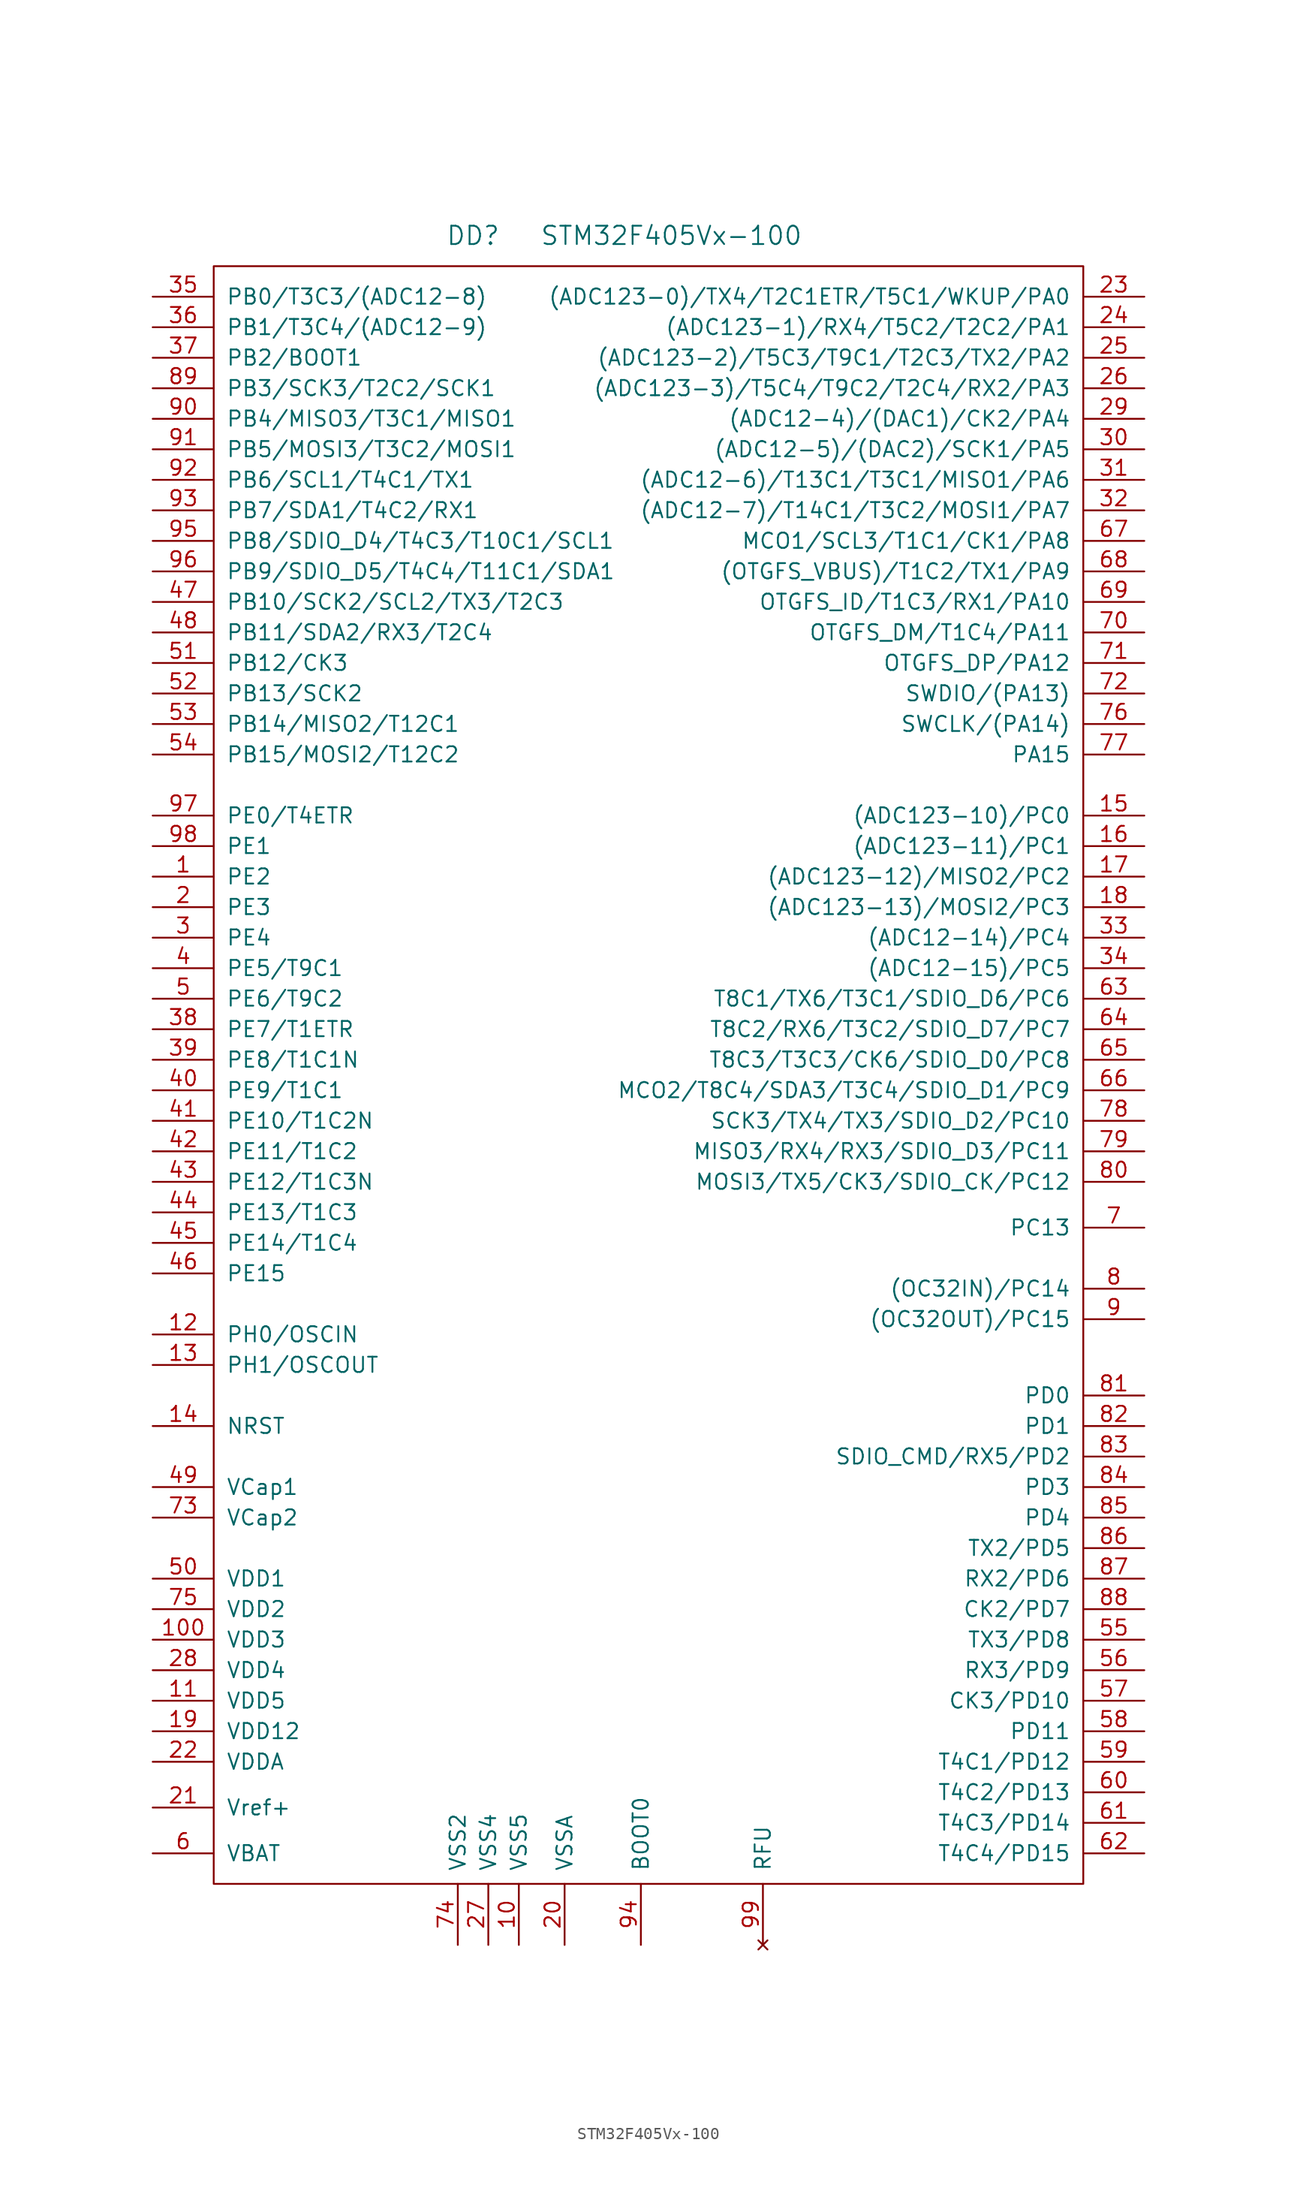
<source format=kicad_sym>
(kicad_symbol_lib
  (version 20201005)
  (generator kicad_symbol_editor)
  (symbol "st_kl:STM32F405Vx-100"
    (pin_names
      (offset 1.016))
    (property "Reference" "DD"
      (at -15.24 66.04 0)
      (effects (font (size 1.524 1.524))))
    (property "Value" "STM32F405Vx-100"
      (at 1.27 66.04 0)
      (effects (font (size 1.524 1.524))))
    (property "Footprint" ""
      (at 0 0 0)
      (effects (font (size 1.524 1.524))))
    (property "Datasheet" ""
      (at 0 0 0)
      (effects (font (size 1.524 1.524))))
    (symbol "STM32F405Vx-100_0_1"
      (rectangle (start -36.83 63.5) (end 35.56 -71.12) (stroke (width 0)) (fill (type none))))
    (symbol "STM32F405Vx-100_1_1"
      (pin passive line (at -41.91 12.7 0) (length 5.08) (name "PE2" (effects (font (size 1.27 1.27)))) (number "1" (effects (font (size 1.27 1.27)))))
      (pin power_in line (at -11.43 -76.2 90) (length 5.08) (name "VSS5" (effects (font (size 1.27 1.27)))) (number "10" (effects (font (size 1.27 1.27)))))
      (pin power_in line (at -41.91 -50.8 0) (length 5.08) (name "VDD3" (effects (font (size 1.27 1.27)))) (number "100" (effects (font (size 1.27 1.27)))))
      (pin power_in line (at -41.91 -55.88 0) (length 5.08) (name "VDD5" (effects (font (size 1.27 1.27)))) (number "11" (effects (font (size 1.27 1.27)))))
      (pin passive line (at -41.91 -25.4 0) (length 5.08) (name "PH0/OSCIN" (effects (font (size 1.27 1.27)))) (number "12" (effects (font (size 1.27 1.27)))))
      (pin passive line (at -41.91 -27.94 0) (length 5.08) (name "PH1/OSCOUT" (effects (font (size 1.27 1.27)))) (number "13" (effects (font (size 1.27 1.27)))))
      (pin passive line (at -41.91 -33.02 0) (length 5.08) (name "NRST" (effects (font (size 1.27 1.27)))) (number "14" (effects (font (size 1.27 1.27)))))
      (pin passive line (at 40.64 17.78 180) (length 5.08) (name "(ADC123-10)/PC0" (effects (font (size 1.27 1.27)))) (number "15" (effects (font (size 1.27 1.27)))))
      (pin passive line (at 40.64 15.24 180) (length 5.08) (name "(ADC123-11)/PC1" (effects (font (size 1.27 1.27)))) (number "16" (effects (font (size 1.27 1.27)))))
      (pin passive line (at 40.64 12.7 180) (length 5.08) (name "(ADC123-12)/MISO2/PC2" (effects (font (size 1.27 1.27)))) (number "17" (effects (font (size 1.27 1.27)))))
      (pin passive line (at 40.64 10.16 180) (length 5.08) (name "(ADC123-13)/MOSI2/PC3" (effects (font (size 1.27 1.27)))) (number "18" (effects (font (size 1.27 1.27)))))
      (pin power_in line (at -41.91 -58.42 0) (length 5.08) (name "VDD12" (effects (font (size 1.27 1.27)))) (number "19" (effects (font (size 1.27 1.27)))))
      (pin passive line (at -41.91 10.16 0) (length 5.08) (name "PE3" (effects (font (size 1.27 1.27)))) (number "2" (effects (font (size 1.27 1.27)))))
      (pin power_in line (at -7.62 -76.2 90) (length 5.08) (name "VSSA" (effects (font (size 1.27 1.27)))) (number "20" (effects (font (size 1.27 1.27)))))
      (pin passive line (at -41.91 -64.77 0) (length 5.08) (name "Vref+" (effects (font (size 1.27 1.27)))) (number "21" (effects (font (size 1.27 1.27)))))
      (pin power_in line (at -41.91 -60.96 0) (length 5.08) (name "VDDA" (effects (font (size 1.27 1.27)))) (number "22" (effects (font (size 1.27 1.27)))))
      (pin passive line (at 40.64 60.96 180) (length 5.08) (name "(ADC123-0)/TX4/T2C1ETR/T5C1/WKUP/PA0" (effects (font (size 1.27 1.27)))) (number "23" (effects (font (size 1.27 1.27)))))
      (pin passive line (at 40.64 58.42 180) (length 5.08) (name "(ADC123-1)/RX4/T5C2/T2C2/PA1" (effects (font (size 1.27 1.27)))) (number "24" (effects (font (size 1.27 1.27)))))
      (pin passive line (at 40.64 55.88 180) (length 5.08) (name "(ADC123-2)/T5C3/T9C1/T2C3/TX2/PA2" (effects (font (size 1.27 1.27)))) (number "25" (effects (font (size 1.27 1.27)))))
      (pin passive line (at 40.64 53.34 180) (length 5.08) (name "(ADC123-3)/T5C4/T9C2/T2C4/RX2/PA3" (effects (font (size 1.27 1.27)))) (number "26" (effects (font (size 1.27 1.27)))))
      (pin power_in line (at -13.97 -76.2 90) (length 5.08) (name "VSS4" (effects (font (size 1.27 1.27)))) (number "27" (effects (font (size 1.27 1.27)))))
      (pin power_in line (at -41.91 -53.34 0) (length 5.08) (name "VDD4" (effects (font (size 1.27 1.27)))) (number "28" (effects (font (size 1.27 1.27)))))
      (pin passive line (at 40.64 50.8 180) (length 5.08) (name "(ADC12-4)/(DAC1)/CK2/PA4" (effects (font (size 1.27 1.27)))) (number "29" (effects (font (size 1.27 1.27)))))
      (pin passive line (at -41.91 7.62 0) (length 5.08) (name "PE4" (effects (font (size 1.27 1.27)))) (number "3" (effects (font (size 1.27 1.27)))))
      (pin passive line (at 40.64 48.26 180) (length 5.08) (name "(ADC12-5)/(DAC2)/SCK1/PA5" (effects (font (size 1.27 1.27)))) (number "30" (effects (font (size 1.27 1.27)))))
      (pin passive line (at 40.64 45.72 180) (length 5.08) (name "(ADC12-6)/T13C1/T3C1/MISO1/PA6" (effects (font (size 1.27 1.27)))) (number "31" (effects (font (size 1.27 1.27)))))
      (pin passive line (at 40.64 43.18 180) (length 5.08) (name "(ADC12-7)/T14C1/T3C2/MOSI1/PA7" (effects (font (size 1.27 1.27)))) (number "32" (effects (font (size 1.27 1.27)))))
      (pin passive line (at 40.64 7.62 180) (length 5.08) (name "(ADC12-14)/PC4" (effects (font (size 1.27 1.27)))) (number "33" (effects (font (size 1.27 1.27)))))
      (pin passive line (at 40.64 5.08 180) (length 5.08) (name "(ADC12-15)/PC5" (effects (font (size 1.27 1.27)))) (number "34" (effects (font (size 1.27 1.27)))))
      (pin passive line (at -41.91 60.96 0) (length 5.08) (name "PB0/T3C3/(ADC12-8)" (effects (font (size 1.27 1.27)))) (number "35" (effects (font (size 1.27 1.27)))))
      (pin passive line (at -41.91 58.42 0) (length 5.08) (name "PB1/T3C4/(ADC12-9)" (effects (font (size 1.27 1.27)))) (number "36" (effects (font (size 1.27 1.27)))))
      (pin passive line (at -41.91 55.88 0) (length 5.08) (name "PB2/BOOT1" (effects (font (size 1.27 1.27)))) (number "37" (effects (font (size 1.27 1.27)))))
      (pin passive line (at -41.91 0 0) (length 5.08) (name "PE7/T1ETR" (effects (font (size 1.27 1.27)))) (number "38" (effects (font (size 1.27 1.27)))))
      (pin passive line (at -41.91 -2.54 0) (length 5.08) (name "PE8/T1C1N" (effects (font (size 1.27 1.27)))) (number "39" (effects (font (size 1.27 1.27)))))
      (pin passive line (at -41.91 5.08 0) (length 5.08) (name "PE5/T9C1" (effects (font (size 1.27 1.27)))) (number "4" (effects (font (size 1.27 1.27)))))
      (pin passive line (at -41.91 -5.08 0) (length 5.08) (name "PE9/T1C1" (effects (font (size 1.27 1.27)))) (number "40" (effects (font (size 1.27 1.27)))))
      (pin passive line (at -41.91 -7.62 0) (length 5.08) (name "PE10/T1C2N" (effects (font (size 1.27 1.27)))) (number "41" (effects (font (size 1.27 1.27)))))
      (pin passive line (at -41.91 -10.16 0) (length 5.08) (name "PE11/T1C2" (effects (font (size 1.27 1.27)))) (number "42" (effects (font (size 1.27 1.27)))))
      (pin passive line (at -41.91 -12.7 0) (length 5.08) (name "PE12/T1C3N" (effects (font (size 1.27 1.27)))) (number "43" (effects (font (size 1.27 1.27)))))
      (pin passive line (at -41.91 -15.24 0) (length 5.08) (name "PE13/T1C3" (effects (font (size 1.27 1.27)))) (number "44" (effects (font (size 1.27 1.27)))))
      (pin passive line (at -41.91 -17.78 0) (length 5.08) (name "PE14/T1C4" (effects (font (size 1.27 1.27)))) (number "45" (effects (font (size 1.27 1.27)))))
      (pin passive line (at -41.91 -20.32 0) (length 5.08) (name "PE15" (effects (font (size 1.27 1.27)))) (number "46" (effects (font (size 1.27 1.27)))))
      (pin passive line (at -41.91 35.56 0) (length 5.08) (name "PB10/SCK2/SCL2/TX3/T2C3" (effects (font (size 1.27 1.27)))) (number "47" (effects (font (size 1.27 1.27)))))
      (pin passive line (at -41.91 33.02 0) (length 5.08) (name "PB11/SDA2/RX3/T2C4" (effects (font (size 1.27 1.27)))) (number "48" (effects (font (size 1.27 1.27)))))
      (pin passive line (at -41.91 -38.1 0) (length 5.08) (name "VCap1" (effects (font (size 1.27 1.27)))) (number "49" (effects (font (size 1.27 1.27)))))
      (pin passive line (at -41.91 2.54 0) (length 5.08) (name "PE6/T9C2" (effects (font (size 1.27 1.27)))) (number "5" (effects (font (size 1.27 1.27)))))
      (pin power_in line (at -41.91 -45.72 0) (length 5.08) (name "VDD1" (effects (font (size 1.27 1.27)))) (number "50" (effects (font (size 1.27 1.27)))))
      (pin passive line (at -41.91 30.48 0) (length 5.08) (name "PB12/CK3" (effects (font (size 1.27 1.27)))) (number "51" (effects (font (size 1.27 1.27)))))
      (pin passive line (at -41.91 27.94 0) (length 5.08) (name "PB13/SCK2" (effects (font (size 1.27 1.27)))) (number "52" (effects (font (size 1.27 1.27)))))
      (pin passive line (at -41.91 25.4 0) (length 5.08) (name "PB14/MISO2/T12C1" (effects (font (size 1.27 1.27)))) (number "53" (effects (font (size 1.27 1.27)))))
      (pin passive line (at -41.91 22.86 0) (length 5.08) (name "PB15/MOSI2/T12C2" (effects (font (size 1.27 1.27)))) (number "54" (effects (font (size 1.27 1.27)))))
      (pin passive line (at 40.64 -50.8 180) (length 5.08) (name "TX3/PD8" (effects (font (size 1.27 1.27)))) (number "55" (effects (font (size 1.27 1.27)))))
      (pin passive line (at 40.64 -53.34 180) (length 5.08) (name "RX3/PD9" (effects (font (size 1.27 1.27)))) (number "56" (effects (font (size 1.27 1.27)))))
      (pin passive line (at 40.64 -55.88 180) (length 5.08) (name "CK3/PD10" (effects (font (size 1.27 1.27)))) (number "57" (effects (font (size 1.27 1.27)))))
      (pin passive line (at 40.64 -58.42 180) (length 5.08) (name "PD11" (effects (font (size 1.27 1.27)))) (number "58" (effects (font (size 1.27 1.27)))))
      (pin passive line (at 40.64 -60.96 180) (length 5.08) (name "T4C1/PD12" (effects (font (size 1.27 1.27)))) (number "59" (effects (font (size 1.27 1.27)))))
      (pin power_in line (at -41.91 -68.58 0) (length 5.08) (name "VBAT" (effects (font (size 1.27 1.27)))) (number "6" (effects (font (size 1.27 1.27)))))
      (pin passive line (at 40.64 -63.5 180) (length 5.08) (name "T4C2/PD13" (effects (font (size 1.27 1.27)))) (number "60" (effects (font (size 1.27 1.27)))))
      (pin passive line (at 40.64 -66.04 180) (length 5.08) (name "T4C3/PD14" (effects (font (size 1.27 1.27)))) (number "61" (effects (font (size 1.27 1.27)))))
      (pin passive line (at 40.64 -68.58 180) (length 5.08) (name "T4C4/PD15" (effects (font (size 1.27 1.27)))) (number "62" (effects (font (size 1.27 1.27)))))
      (pin passive line (at 40.64 2.54 180) (length 5.08) (name "T8C1/TX6/T3C1/SDIO_D6/PC6" (effects (font (size 1.27 1.27)))) (number "63" (effects (font (size 1.27 1.27)))))
      (pin passive line (at 40.64 0 180) (length 5.08) (name "T8C2/RX6/T3C2/SDIO_D7/PC7" (effects (font (size 1.27 1.27)))) (number "64" (effects (font (size 1.27 1.27)))))
      (pin passive line (at 40.64 -2.54 180) (length 5.08) (name "T8C3/T3C3/CK6/SDIO_D0/PC8" (effects (font (size 1.27 1.27)))) (number "65" (effects (font (size 1.27 1.27)))))
      (pin passive line (at 40.64 -5.08 180) (length 5.08) (name "MCO2/T8C4/SDA3/T3C4/SDIO_D1/PC9" (effects (font (size 1.27 1.27)))) (number "66" (effects (font (size 1.27 1.27)))))
      (pin passive line (at 40.64 40.64 180) (length 5.08) (name "MCO1/SCL3/T1C1/CK1/PA8" (effects (font (size 1.27 1.27)))) (number "67" (effects (font (size 1.27 1.27)))))
      (pin passive line (at 40.64 38.1 180) (length 5.08) (name "(OTGFS_VBUS)/T1C2/TX1/PA9" (effects (font (size 1.27 1.27)))) (number "68" (effects (font (size 1.27 1.27)))))
      (pin passive line (at 40.64 35.56 180) (length 5.08) (name "OTGFS_ID/T1C3/RX1/PA10" (effects (font (size 1.27 1.27)))) (number "69" (effects (font (size 1.27 1.27)))))
      (pin passive line (at 40.64 -16.51 180) (length 5.08) (name "PC13" (effects (font (size 1.27 1.27)))) (number "7" (effects (font (size 1.27 1.27)))))
      (pin passive line (at 40.64 33.02 180) (length 5.08) (name "OTGFS_DM/T1C4/PA11" (effects (font (size 1.27 1.27)))) (number "70" (effects (font (size 1.27 1.27)))))
      (pin passive line (at 40.64 30.48 180) (length 5.08) (name "OTGFS_DP/PA12" (effects (font (size 1.27 1.27)))) (number "71" (effects (font (size 1.27 1.27)))))
      (pin passive line (at 40.64 27.94 180) (length 5.08) (name "SWDIO/(PA13)" (effects (font (size 1.27 1.27)))) (number "72" (effects (font (size 1.27 1.27)))))
      (pin passive line (at -41.91 -40.64 0) (length 5.08) (name "VCap2" (effects (font (size 1.27 1.27)))) (number "73" (effects (font (size 1.27 1.27)))))
      (pin power_in line (at -16.51 -76.2 90) (length 5.08) (name "VSS2" (effects (font (size 1.27 1.27)))) (number "74" (effects (font (size 1.27 1.27)))))
      (pin power_in line (at -41.91 -48.26 0) (length 5.08) (name "VDD2" (effects (font (size 1.27 1.27)))) (number "75" (effects (font (size 1.27 1.27)))))
      (pin passive line (at 40.64 25.4 180) (length 5.08) (name "SWCLK/(PA14)" (effects (font (size 1.27 1.27)))) (number "76" (effects (font (size 1.27 1.27)))))
      (pin passive line (at 40.64 22.86 180) (length 5.08) (name "PA15" (effects (font (size 1.27 1.27)))) (number "77" (effects (font (size 1.27 1.27)))))
      (pin passive line (at 40.64 -7.62 180) (length 5.08) (name "SCK3/TX4/TX3/SDIO_D2/PC10" (effects (font (size 1.27 1.27)))) (number "78" (effects (font (size 1.27 1.27)))))
      (pin passive line (at 40.64 -10.16 180) (length 5.08) (name "MISO3/RX4/RX3/SDIO_D3/PC11" (effects (font (size 1.27 1.27)))) (number "79" (effects (font (size 1.27 1.27)))))
      (pin passive line (at 40.64 -21.59 180) (length 5.08) (name "(OC32IN)/PC14" (effects (font (size 1.27 1.27)))) (number "8" (effects (font (size 1.27 1.27)))))
      (pin passive line (at 40.64 -12.7 180) (length 5.08) (name "MOSI3/TX5/CK3/SDIO_CK/PC12" (effects (font (size 1.27 1.27)))) (number "80" (effects (font (size 1.27 1.27)))))
      (pin passive line (at 40.64 -30.48 180) (length 5.08) (name "PD0" (effects (font (size 1.27 1.27)))) (number "81" (effects (font (size 1.27 1.27)))))
      (pin passive line (at 40.64 -33.02 180) (length 5.08) (name "PD1" (effects (font (size 1.27 1.27)))) (number "82" (effects (font (size 1.27 1.27)))))
      (pin passive line (at 40.64 -35.56 180) (length 5.08) (name "SDIO_CMD/RX5/PD2" (effects (font (size 1.27 1.27)))) (number "83" (effects (font (size 1.27 1.27)))))
      (pin passive line (at 40.64 -38.1 180) (length 5.08) (name "PD3" (effects (font (size 1.27 1.27)))) (number "84" (effects (font (size 1.27 1.27)))))
      (pin passive line (at 40.64 -40.64 180) (length 5.08) (name "PD4" (effects (font (size 1.27 1.27)))) (number "85" (effects (font (size 1.27 1.27)))))
      (pin passive line (at 40.64 -43.18 180) (length 5.08) (name "TX2/PD5" (effects (font (size 1.27 1.27)))) (number "86" (effects (font (size 1.27 1.27)))))
      (pin passive line (at 40.64 -45.72 180) (length 5.08) (name "RX2/PD6" (effects (font (size 1.27 1.27)))) (number "87" (effects (font (size 1.27 1.27)))))
      (pin passive line (at 40.64 -48.26 180) (length 5.08) (name "CK2/PD7" (effects (font (size 1.27 1.27)))) (number "88" (effects (font (size 1.27 1.27)))))
      (pin passive line (at -41.91 53.34 0) (length 5.08) (name "PB3/SCK3/T2C2/SCK1" (effects (font (size 1.27 1.27)))) (number "89" (effects (font (size 1.27 1.27)))))
      (pin passive line (at 40.64 -24.13 180) (length 5.08) (name "(OC32OUT)/PC15" (effects (font (size 1.27 1.27)))) (number "9" (effects (font (size 1.27 1.27)))))
      (pin passive line (at -41.91 50.8 0) (length 5.08) (name "PB4/MISO3/T3C1/MISO1" (effects (font (size 1.27 1.27)))) (number "90" (effects (font (size 1.27 1.27)))))
      (pin passive line (at -41.91 48.26 0) (length 5.08) (name "PB5/MOSI3/T3C2/MOSI1" (effects (font (size 1.27 1.27)))) (number "91" (effects (font (size 1.27 1.27)))))
      (pin passive line (at -41.91 45.72 0) (length 5.08) (name "PB6/SCL1/T4C1/TX1" (effects (font (size 1.27 1.27)))) (number "92" (effects (font (size 1.27 1.27)))))
      (pin passive line (at -41.91 43.18 0) (length 5.08) (name "PB7/SDA1/T4C2/RX1" (effects (font (size 1.27 1.27)))) (number "93" (effects (font (size 1.27 1.27)))))
      (pin passive line (at -1.27 -76.2 90) (length 5.08) (name "BOOT0" (effects (font (size 1.27 1.27)))) (number "94" (effects (font (size 1.27 1.27)))))
      (pin passive line (at -41.91 40.64 0) (length 5.08) (name "PB8/SDIO_D4/T4C3/T10C1/SCL1" (effects (font (size 1.27 1.27)))) (number "95" (effects (font (size 1.27 1.27)))))
      (pin passive line (at -41.91 38.1 0) (length 5.08) (name "PB9/SDIO_D5/T4C4/T11C1/SDA1" (effects (font (size 1.27 1.27)))) (number "96" (effects (font (size 1.27 1.27)))))
      (pin passive line (at -41.91 17.78 0) (length 5.08) (name "PE0/T4ETR" (effects (font (size 1.27 1.27)))) (number "97" (effects (font (size 1.27 1.27)))))
      (pin passive line (at -41.91 15.24 0) (length 5.08) (name "PE1" (effects (font (size 1.27 1.27)))) (number "98" (effects (font (size 1.27 1.27)))))
      (pin unconnected line (at 8.89 -76.2 90) (length 5.08) (name "RFU" (effects (font (size 1.27 1.27)))) (number "99" (effects (font (size 1.27 1.27))))))))
</source>
